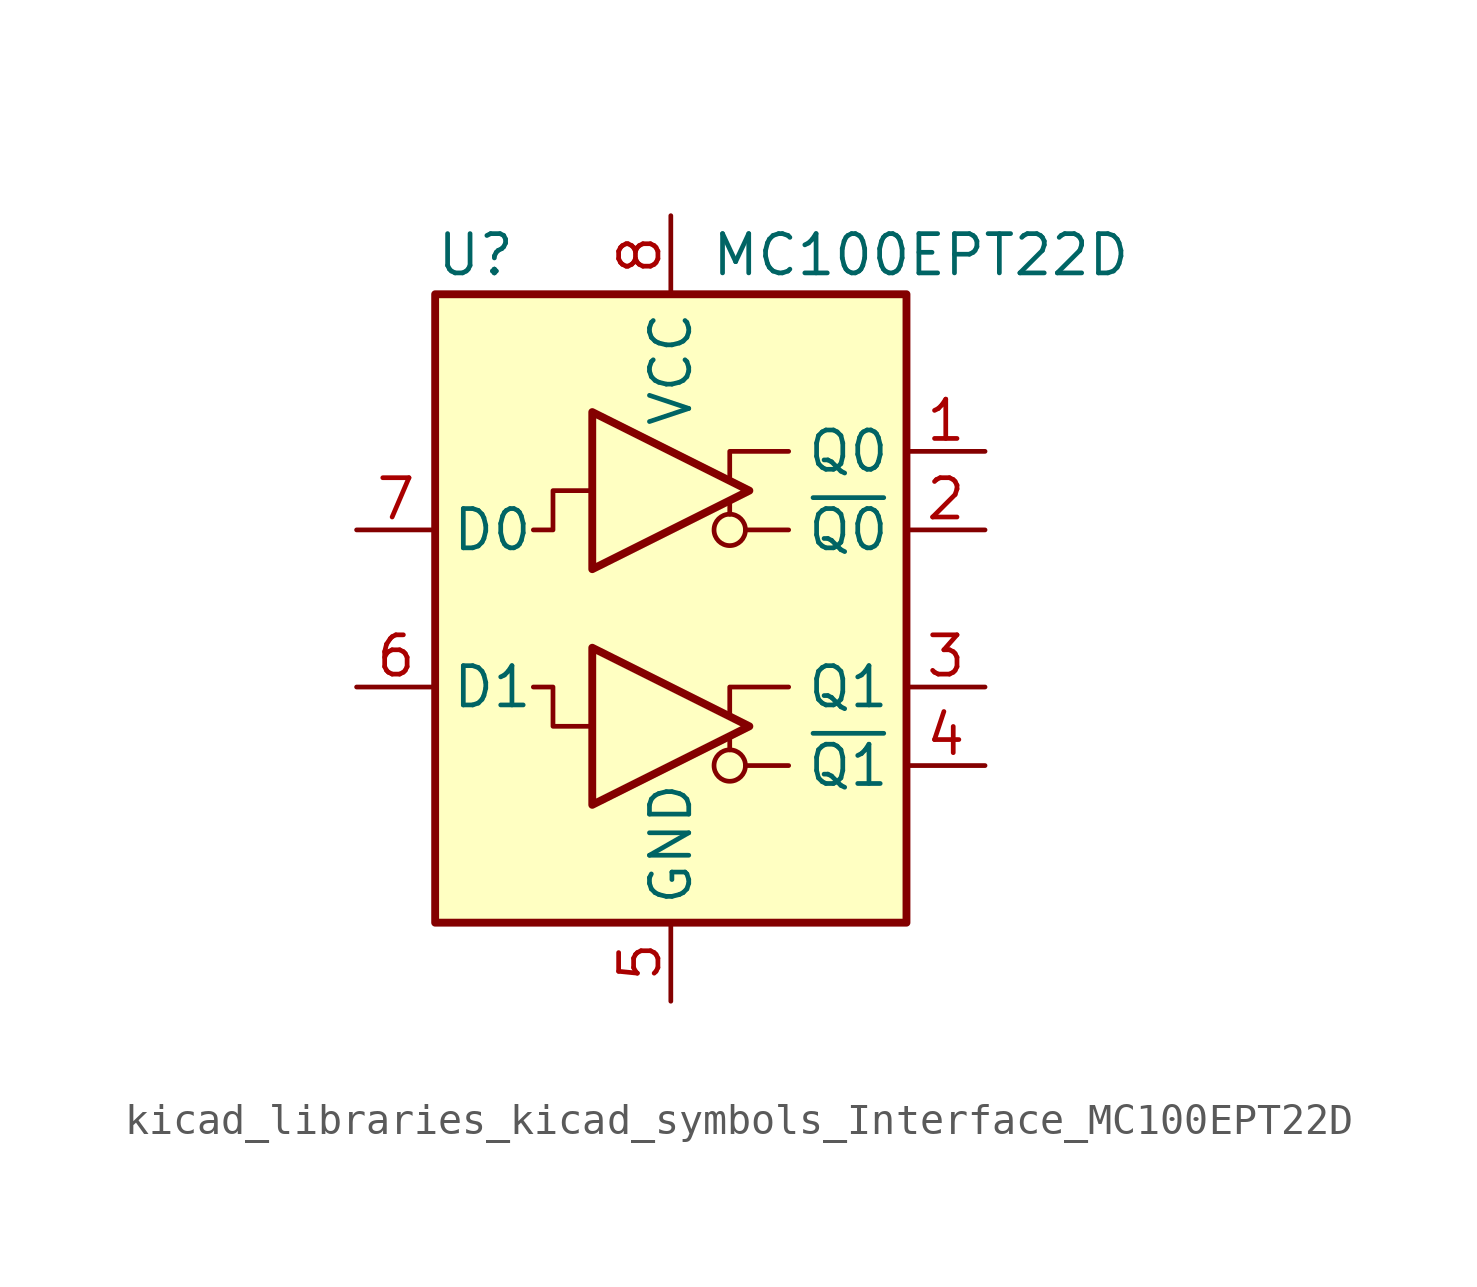
<source format=kicad_sym>
(kicad_symbol_lib
  (version 20220914)
  (generator kicad_symbol_editor)
  (symbol "kicad_libraries_kicad_symbols_Interface_MC100EPT22D"
    (property "Reference" "U"
      (at -7.62 11.43 0)
      (effects (font (size 1.27 1.27)) (justify left)))
    (property "Value" "MC100EPT22D"
      (at 1.27 11.43 0)
      (effects (font (size 1.27 1.27)) (justify left)))
    (symbol "kicad_libraries_kicad_symbols_Interface_MC100EPT22D_0_1"
      (polyline (pts (xy 1.905 -4.572) (xy 1.905 -4.191)) (stroke (width 0) (type default)) (fill (type none)))
      (polyline (pts (xy 1.905 3.048) (xy 1.905 3.429)) (stroke (width 0) (type default)) (fill (type none))))
    (symbol "kicad_libraries_kicad_symbols_Interface_MC100EPT22D_1_0"
      (rectangle (start -7.62 10.16) (end 7.62 -10.16) (stroke (width 0.254) (type default)) (fill (type background)))
      (polyline (pts (xy 3.81 -5.08) (xy 2.413 -5.08)) (stroke (width 0) (type default)) (fill (type none)))
      (polyline (pts (xy 3.81 2.54) (xy 2.413 2.54)) (stroke (width 0) (type default)) (fill (type none)))
      (polyline (pts (xy 1.905 -3.429) (xy 1.905 -2.54) (xy 3.81 -2.54)) (stroke (width 0) (type default)) (fill (type none)))
      (polyline (pts (xy 1.905 4.191) (xy 1.905 5.08) (xy 3.81 5.08)) (stroke (width 0) (type default)) (fill (type none)))
      (polyline (pts (xy -2.54 -3.81) (xy -3.81 -3.81) (xy -3.81 -2.54) (xy -4.445 -2.54)) (stroke (width 0) (type default)) (fill (type none)))
      (polyline (pts (xy -2.54 3.81) (xy -3.81 3.81) (xy -3.81 2.54) (xy -4.445 2.54)) (stroke (width 0) (type default)) (fill (type none)))
      (circle (center 1.905 -5.08) (radius 0.508) (stroke (width 0) (type default)) (fill (type none)))
      (circle (center 1.905 2.54) (radius 0.508) (stroke (width 0) (type default)) (fill (type none))))
    (symbol "kicad_libraries_kicad_symbols_Interface_MC100EPT22D_1_1"
      (polyline (pts (xy -2.54 -1.27) (xy -2.54 -6.35) (xy 2.54 -3.81) (xy -2.54 -1.27)) (stroke (width 0.254) (type default)) (fill (type none)))
      (polyline (pts (xy -2.54 6.35) (xy -2.54 1.27) (xy 2.54 3.81) (xy -2.54 6.35)) (stroke (width 0.254) (type default)) (fill (type none)))
      (pin output line (at 10.16 5.08 180) (length 2.54) (name "Q0" (effects (font (size 1.27 1.27)))) (number "1" (effects (font (size 1.27 1.27)))))
      (pin output line (at 10.16 2.54 180) (length 2.54) (name "~{Q0}" (effects (font (size 1.27 1.27)))) (number "2" (effects (font (size 1.27 1.27)))))
      (pin output line (at 10.16 -2.54 180) (length 2.54) (name "Q1" (effects (font (size 1.27 1.27)))) (number "3" (effects (font (size 1.27 1.27)))))
      (pin output line (at 10.16 -5.08 180) (length 2.54) (name "~{Q1}" (effects (font (size 1.27 1.27)))) (number "4" (effects (font (size 1.27 1.27)))))
      (pin power_in line (at 0 -12.7 90) (length 2.54) (name "GND" (effects (font (size 1.27 1.27)))) (number "5" (effects (font (size 1.27 1.27)))))
      (pin input line (at -10.16 -2.54 0) (length 2.54) (name "D1" (effects (font (size 1.27 1.27)))) (number "6" (effects (font (size 1.27 1.27)))))
      (pin input line (at -10.16 2.54 0) (length 2.54) (name "D0" (effects (font (size 1.27 1.27)))) (number "7" (effects (font (size 1.27 1.27)))))
      (pin power_in line (at 0 12.7 270) (length 2.54) (name "VCC" (effects (font (size 1.27 1.27)))) (number "8" (effects (font (size 1.27 1.27))))))))
</source>
